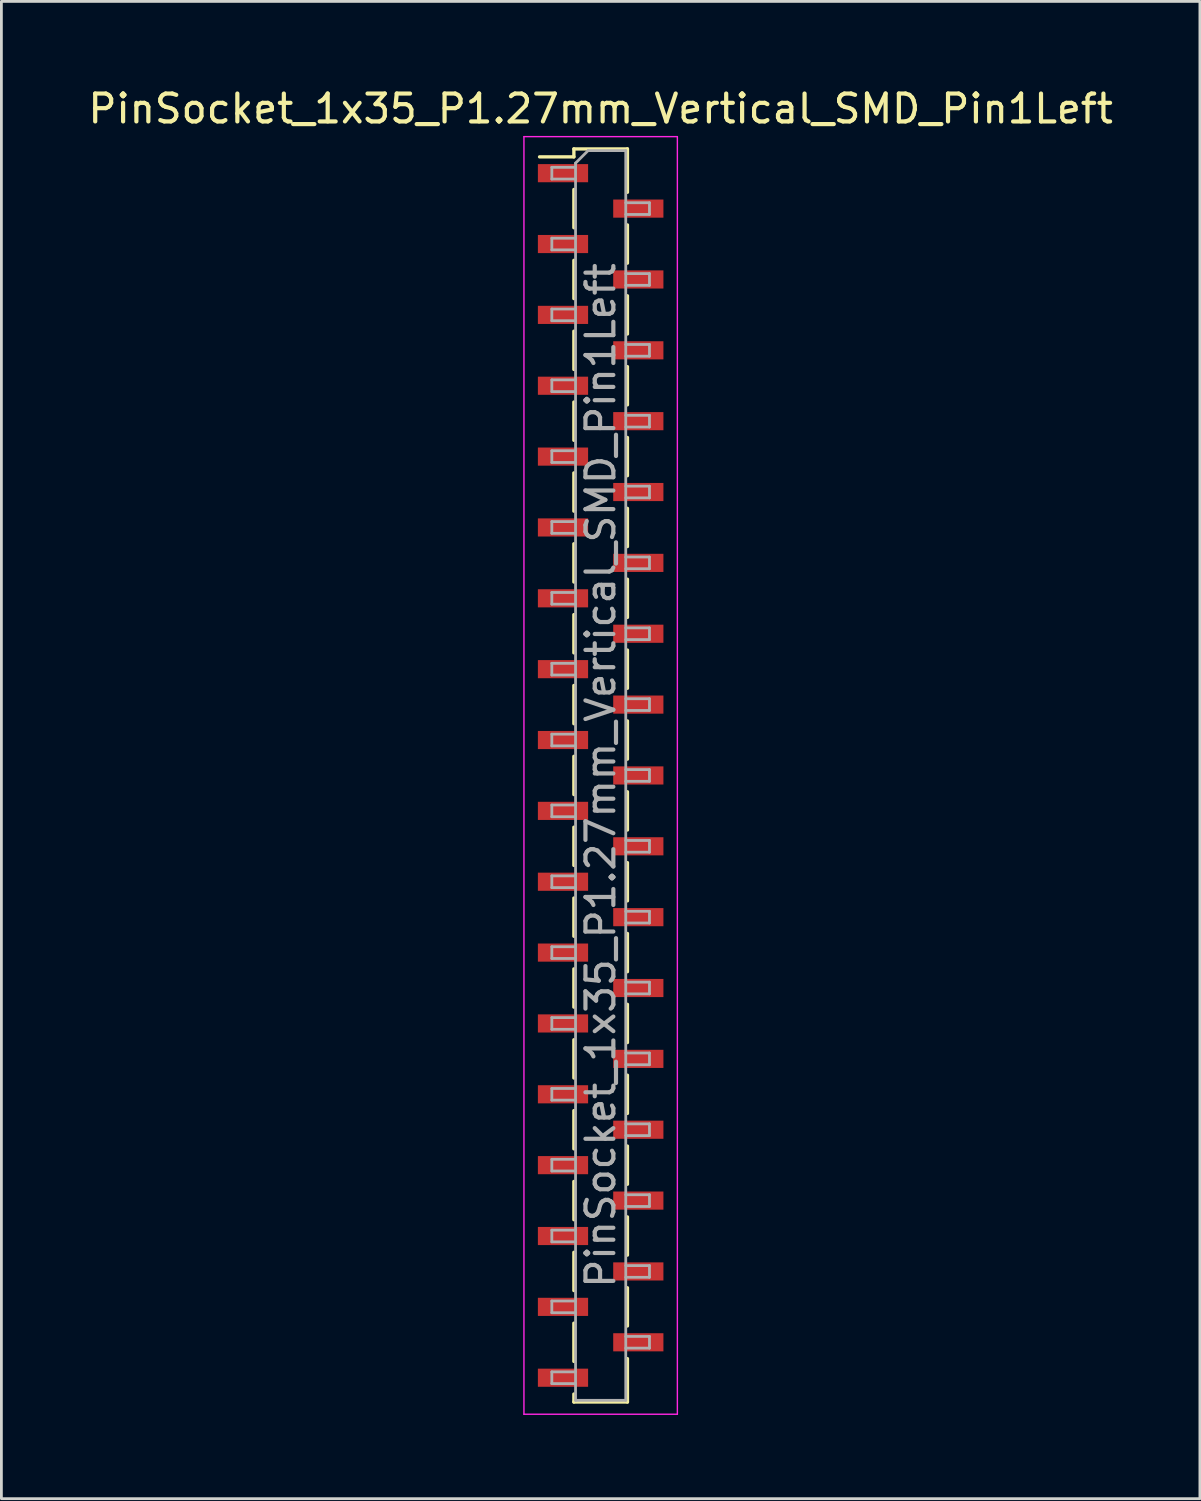
<source format=kicad_pcb>
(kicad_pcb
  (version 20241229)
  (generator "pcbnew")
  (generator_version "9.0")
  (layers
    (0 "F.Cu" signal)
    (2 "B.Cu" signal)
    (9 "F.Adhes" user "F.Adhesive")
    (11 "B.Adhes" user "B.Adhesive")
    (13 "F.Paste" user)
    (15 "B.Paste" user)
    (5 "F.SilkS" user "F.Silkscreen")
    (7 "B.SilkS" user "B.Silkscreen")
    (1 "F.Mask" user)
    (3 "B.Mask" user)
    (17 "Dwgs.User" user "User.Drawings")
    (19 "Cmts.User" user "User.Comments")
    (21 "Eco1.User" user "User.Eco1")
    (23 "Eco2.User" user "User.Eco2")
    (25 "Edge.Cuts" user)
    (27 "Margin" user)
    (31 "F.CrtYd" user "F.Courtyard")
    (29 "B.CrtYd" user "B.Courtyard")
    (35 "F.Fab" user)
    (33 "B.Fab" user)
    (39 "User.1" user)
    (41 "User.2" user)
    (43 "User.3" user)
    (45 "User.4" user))
  (footprint "PinSocket_1x35_P1.27mm_Vertical_SMD_Pin1Left"
    (layer "F.Cu")
    (at 18.482 24.748)
    (property "Reference" "PinSocket_1x35_P1.27mm_Vertical_SMD_Pin1Left" (at 0 -23.9 0) (layer "F.SilkS") (effects (font (size 1 1) (thickness 0.15))))
    (attr smd)
    (fp_line (start -2.19 -22.175) (end -0.96 -22.175) (stroke (width 0.12) (type solid)) (layer "F.SilkS"))
    (fp_line (start -0.96 -22.46) (end -0.96 -22.175) (stroke (width 0.12) (type solid)) (layer "F.SilkS"))
    (fp_line (start -0.96 -22.46) (end 0.96 -22.46) (stroke (width 0.12) (type solid)) (layer "F.SilkS"))
    (fp_line (start -0.96 -21.005) (end -0.96 -19.635) (stroke (width 0.12) (type solid)) (layer "F.SilkS"))
    (fp_line (start -0.96 -18.465) (end -0.96 -17.095) (stroke (width 0.12) (type solid)) (layer "F.SilkS"))
    (fp_line (start -0.96 -15.925) (end -0.96 -14.555) (stroke (width 0.12) (type solid)) (layer "F.SilkS"))
    (fp_line (start -0.96 -13.385) (end -0.96 -12.015) (stroke (width 0.12) (type solid)) (layer "F.SilkS"))
    (fp_line (start -0.96 -10.845) (end -0.96 -9.475) (stroke (width 0.12) (type solid)) (layer "F.SilkS"))
    (fp_line (start -0.96 -8.305) (end -0.96 -6.935) (stroke (width 0.12) (type solid)) (layer "F.SilkS"))
    (fp_line (start -0.96 -5.765) (end -0.96 -4.395) (stroke (width 0.12) (type solid)) (layer "F.SilkS"))
    (fp_line (start -0.96 -3.225) (end -0.96 -1.855) (stroke (width 0.12) (type solid)) (layer "F.SilkS"))
    (fp_line (start -0.96 -0.685) (end -0.96 0.685) (stroke (width 0.12) (type solid)) (layer "F.SilkS"))
    (fp_line (start -0.96 1.855) (end -0.96 3.225) (stroke (width 0.12) (type solid)) (layer "F.SilkS"))
    (fp_line (start -0.96 4.395) (end -0.96 5.765) (stroke (width 0.12) (type solid)) (layer "F.SilkS"))
    (fp_line (start -0.96 6.935) (end -0.96 8.305) (stroke (width 0.12) (type solid)) (layer "F.SilkS"))
    (fp_line (start -0.96 9.475) (end -0.96 10.845) (stroke (width 0.12) (type solid)) (layer "F.SilkS"))
    (fp_line (start -0.96 12.015) (end -0.96 13.385) (stroke (width 0.12) (type solid)) (layer "F.SilkS"))
    (fp_line (start -0.96 14.555) (end -0.96 15.925) (stroke (width 0.12) (type solid)) (layer "F.SilkS"))
    (fp_line (start -0.96 17.095) (end -0.96 18.465) (stroke (width 0.12) (type solid)) (layer "F.SilkS"))
    (fp_line (start -0.96 19.635) (end -0.96 21.005) (stroke (width 0.12) (type solid)) (layer "F.SilkS"))
    (fp_line (start -0.96 22.175) (end -0.96 22.46) (stroke (width 0.12) (type solid)) (layer "F.SilkS"))
    (fp_line (start -0.96 22.46) (end 0.96 22.46) (stroke (width 0.12) (type solid)) (layer "F.SilkS"))
    (fp_line (start 0.96 -22.46) (end 0.96 -20.905) (stroke (width 0.12) (type solid)) (layer "F.SilkS"))
    (fp_line (start 0.96 -19.735) (end 0.96 -18.365) (stroke (width 0.12) (type solid)) (layer "F.SilkS"))
    (fp_line (start 0.96 -17.195) (end 0.96 -15.825) (stroke (width 0.12) (type solid)) (layer "F.SilkS"))
    (fp_line (start 0.96 -14.655) (end 0.96 -13.285) (stroke (width 0.12) (type solid)) (layer "F.SilkS"))
    (fp_line (start 0.96 -12.115) (end 0.96 -10.745) (stroke (width 0.12) (type solid)) (layer "F.SilkS"))
    (fp_line (start 0.96 -9.575) (end 0.96 -8.205) (stroke (width 0.12) (type solid)) (layer "F.SilkS"))
    (fp_line (start 0.96 -7.035) (end 0.96 -5.665) (stroke (width 0.12) (type solid)) (layer "F.SilkS"))
    (fp_line (start 0.96 -4.495) (end 0.96 -3.125) (stroke (width 0.12) (type solid)) (layer "F.SilkS"))
    (fp_line (start 0.96 -1.955) (end 0.96 -0.585) (stroke (width 0.12) (type solid)) (layer "F.SilkS"))
    (fp_line (start 0.96 0.585) (end 0.96 1.955) (stroke (width 0.12) (type solid)) (layer "F.SilkS"))
    (fp_line (start 0.96 3.125) (end 0.96 4.495) (stroke (width 0.12) (type solid)) (layer "F.SilkS"))
    (fp_line (start 0.96 5.665) (end 0.96 7.035) (stroke (width 0.12) (type solid)) (layer "F.SilkS"))
    (fp_line (start 0.96 8.205) (end 0.96 9.575) (stroke (width 0.12) (type solid)) (layer "F.SilkS"))
    (fp_line (start 0.96 10.745) (end 0.96 12.115) (stroke (width 0.12) (type solid)) (layer "F.SilkS"))
    (fp_line (start 0.96 13.285) (end 0.96 14.655) (stroke (width 0.12) (type solid)) (layer "F.SilkS"))
    (fp_line (start 0.96 15.825) (end 0.96 17.195) (stroke (width 0.12) (type solid)) (layer "F.SilkS"))
    (fp_line (start 0.96 18.365) (end 0.96 19.735) (stroke (width 0.12) (type solid)) (layer "F.SilkS"))
    (fp_line (start 0.96 20.905) (end 0.96 22.46) (stroke (width 0.12) (type solid)) (layer "F.SilkS"))
    (fp_line (start -2.75 -22.9) (end 2.75 -22.9) (stroke (width 0.05) (type solid)) (layer "F.CrtYd"))
    (fp_line (start -2.75 22.9) (end -2.75 -22.9) (stroke (width 0.05) (type solid)) (layer "F.CrtYd"))
    (fp_line (start 2.75 -22.9) (end 2.75 22.9) (stroke (width 0.05) (type solid)) (layer "F.CrtYd"))
    (fp_line (start 2.75 22.9) (end -2.75 22.9) (stroke (width 0.05) (type solid)) (layer "F.CrtYd"))
    (fp_line (start -1.75 -21.8) (end -0.9 -21.8) (stroke (width 0.1) (type solid)) (layer "F.Fab"))
    (fp_line (start -1.75 -21.38) (end -1.75 -21.8) (stroke (width 0.1) (type solid)) (layer "F.Fab"))
    (fp_line (start -1.75 -19.26) (end -0.9 -19.26) (stroke (width 0.1) (type solid)) (layer "F.Fab"))
    (fp_line (start -1.75 -18.84) (end -1.75 -19.26) (stroke (width 0.1) (type solid)) (layer "F.Fab"))
    (fp_line (start -1.75 -16.72) (end -0.9 -16.72) (stroke (width 0.1) (type solid)) (layer "F.Fab"))
    (fp_line (start -1.75 -16.3) (end -1.75 -16.72) (stroke (width 0.1) (type solid)) (layer "F.Fab"))
    (fp_line (start -1.75 -14.18) (end -0.9 -14.18) (stroke (width 0.1) (type solid)) (layer "F.Fab"))
    (fp_line (start -1.75 -13.76) (end -1.75 -14.18) (stroke (width 0.1) (type solid)) (layer "F.Fab"))
    (fp_line (start -1.75 -11.64) (end -0.9 -11.64) (stroke (width 0.1) (type solid)) (layer "F.Fab"))
    (fp_line (start -1.75 -11.22) (end -1.75 -11.64) (stroke (width 0.1) (type solid)) (layer "F.Fab"))
    (fp_line (start -1.75 -9.1) (end -0.9 -9.1) (stroke (width 0.1) (type solid)) (layer "F.Fab"))
    (fp_line (start -1.75 -8.68) (end -1.75 -9.1) (stroke (width 0.1) (type solid)) (layer "F.Fab"))
    (fp_line (start -1.75 -6.56) (end -0.9 -6.56) (stroke (width 0.1) (type solid)) (layer "F.Fab"))
    (fp_line (start -1.75 -6.14) (end -1.75 -6.56) (stroke (width 0.1) (type solid)) (layer "F.Fab"))
    (fp_line (start -1.75 -4.02) (end -0.9 -4.02) (stroke (width 0.1) (type solid)) (layer "F.Fab"))
    (fp_line (start -1.75 -3.6) (end -1.75 -4.02) (stroke (width 0.1) (type solid)) (layer "F.Fab"))
    (fp_line (start -1.75 -1.48) (end -0.9 -1.48) (stroke (width 0.1) (type solid)) (layer "F.Fab"))
    (fp_line (start -1.75 -1.06) (end -1.75 -1.48) (stroke (width 0.1) (type solid)) (layer "F.Fab"))
    (fp_line (start -1.75 1.06) (end -0.9 1.06) (stroke (width 0.1) (type solid)) (layer "F.Fab"))
    (fp_line (start -1.75 1.48) (end -1.75 1.06) (stroke (width 0.1) (type solid)) (layer "F.Fab"))
    (fp_line (start -1.75 3.6) (end -0.9 3.6) (stroke (width 0.1) (type solid)) (layer "F.Fab"))
    (fp_line (start -1.75 4.02) (end -1.75 3.6) (stroke (width 0.1) (type solid)) (layer "F.Fab"))
    (fp_line (start -1.75 6.14) (end -0.9 6.14) (stroke (width 0.1) (type solid)) (layer "F.Fab"))
    (fp_line (start -1.75 6.56) (end -1.75 6.14) (stroke (width 0.1) (type solid)) (layer "F.Fab"))
    (fp_line (start -1.75 8.68) (end -0.9 8.68) (stroke (width 0.1) (type solid)) (layer "F.Fab"))
    (fp_line (start -1.75 9.1) (end -1.75 8.68) (stroke (width 0.1) (type solid)) (layer "F.Fab"))
    (fp_line (start -1.75 11.22) (end -0.9 11.22) (stroke (width 0.1) (type solid)) (layer "F.Fab"))
    (fp_line (start -1.75 11.64) (end -1.75 11.22) (stroke (width 0.1) (type solid)) (layer "F.Fab"))
    (fp_line (start -1.75 13.76) (end -0.9 13.76) (stroke (width 0.1) (type solid)) (layer "F.Fab"))
    (fp_line (start -1.75 14.18) (end -1.75 13.76) (stroke (width 0.1) (type solid)) (layer "F.Fab"))
    (fp_line (start -1.75 16.3) (end -0.9 16.3) (stroke (width 0.1) (type solid)) (layer "F.Fab"))
    (fp_line (start -1.75 16.72) (end -1.75 16.3) (stroke (width 0.1) (type solid)) (layer "F.Fab"))
    (fp_line (start -1.75 18.84) (end -0.9 18.84) (stroke (width 0.1) (type solid)) (layer "F.Fab"))
    (fp_line (start -1.75 19.26) (end -1.75 18.84) (stroke (width 0.1) (type solid)) (layer "F.Fab"))
    (fp_line (start -1.75 21.38) (end -0.9 21.38) (stroke (width 0.1) (type solid)) (layer "F.Fab"))
    (fp_line (start -1.75 21.8) (end -1.75 21.38) (stroke (width 0.1) (type solid)) (layer "F.Fab"))
    (fp_line (start -0.9 -21.95) (end -0.45 -22.4) (stroke (width 0.1) (type solid)) (layer "F.Fab"))
    (fp_line (start -0.9 -21.38) (end -1.75 -21.38) (stroke (width 0.1) (type solid)) (layer "F.Fab"))
    (fp_line (start -0.9 -18.84) (end -1.75 -18.84) (stroke (width 0.1) (type solid)) (layer "F.Fab"))
    (fp_line (start -0.9 -16.3) (end -1.75 -16.3) (stroke (width 0.1) (type solid)) (layer "F.Fab"))
    (fp_line (start -0.9 -13.76) (end -1.75 -13.76) (stroke (width 0.1) (type solid)) (layer "F.Fab"))
    (fp_line (start -0.9 -11.22) (end -1.75 -11.22) (stroke (width 0.1) (type solid)) (layer "F.Fab"))
    (fp_line (start -0.9 -8.68) (end -1.75 -8.68) (stroke (width 0.1) (type solid)) (layer "F.Fab"))
    (fp_line (start -0.9 -6.14) (end -1.75 -6.14) (stroke (width 0.1) (type solid)) (layer "F.Fab"))
    (fp_line (start -0.9 -3.6) (end -1.75 -3.6) (stroke (width 0.1) (type solid)) (layer "F.Fab"))
    (fp_line (start -0.9 -1.06) (end -1.75 -1.06) (stroke (width 0.1) (type solid)) (layer "F.Fab"))
    (fp_line (start -0.9 1.48) (end -1.75 1.48) (stroke (width 0.1) (type solid)) (layer "F.Fab"))
    (fp_line (start -0.9 4.02) (end -1.75 4.02) (stroke (width 0.1) (type solid)) (layer "F.Fab"))
    (fp_line (start -0.9 6.56) (end -1.75 6.56) (stroke (width 0.1) (type solid)) (layer "F.Fab"))
    (fp_line (start -0.9 9.1) (end -1.75 9.1) (stroke (width 0.1) (type solid)) (layer "F.Fab"))
    (fp_line (start -0.9 11.64) (end -1.75 11.64) (stroke (width 0.1) (type solid)) (layer "F.Fab"))
    (fp_line (start -0.9 14.18) (end -1.75 14.18) (stroke (width 0.1) (type solid)) (layer "F.Fab"))
    (fp_line (start -0.9 16.72) (end -1.75 16.72) (stroke (width 0.1) (type solid)) (layer "F.Fab"))
    (fp_line (start -0.9 19.26) (end -1.75 19.26) (stroke (width 0.1) (type solid)) (layer "F.Fab"))
    (fp_line (start -0.9 21.8) (end -1.75 21.8) (stroke (width 0.1) (type solid)) (layer "F.Fab"))
    (fp_line (start -0.9 22.4) (end -0.9 -21.95) (stroke (width 0.1) (type solid)) (layer "F.Fab"))
    (fp_line (start -0.45 -22.4) (end 0.9 -22.4) (stroke (width 0.1) (type solid)) (layer "F.Fab"))
    (fp_line (start 0.9 -22.4) (end 0.9 22.4) (stroke (width 0.1) (type solid)) (layer "F.Fab"))
    (fp_line (start 0.9 -20.53) (end 1.75 -20.53) (stroke (width 0.1) (type solid)) (layer "F.Fab"))
    (fp_line (start 0.9 -17.99) (end 1.75 -17.99) (stroke (width 0.1) (type solid)) (layer "F.Fab"))
    (fp_line (start 0.9 -15.45) (end 1.75 -15.45) (stroke (width 0.1) (type solid)) (layer "F.Fab"))
    (fp_line (start 0.9 -12.91) (end 1.75 -12.91) (stroke (width 0.1) (type solid)) (layer "F.Fab"))
    (fp_line (start 0.9 -10.37) (end 1.75 -10.37) (stroke (width 0.1) (type solid)) (layer "F.Fab"))
    (fp_line (start 0.9 -7.83) (end 1.75 -7.83) (stroke (width 0.1) (type solid)) (layer "F.Fab"))
    (fp_line (start 0.9 -5.29) (end 1.75 -5.29) (stroke (width 0.1) (type solid)) (layer "F.Fab"))
    (fp_line (start 0.9 -2.75) (end 1.75 -2.75) (stroke (width 0.1) (type solid)) (layer "F.Fab"))
    (fp_line (start 0.9 -0.21) (end 1.75 -0.21) (stroke (width 0.1) (type solid)) (layer "F.Fab"))
    (fp_line (start 0.9 2.33) (end 1.75 2.33) (stroke (width 0.1) (type solid)) (layer "F.Fab"))
    (fp_line (start 0.9 4.87) (end 1.75 4.87) (stroke (width 0.1) (type solid)) (layer "F.Fab"))
    (fp_line (start 0.9 7.41) (end 1.75 7.41) (stroke (width 0.1) (type solid)) (layer "F.Fab"))
    (fp_line (start 0.9 9.95) (end 1.75 9.95) (stroke (width 0.1) (type solid)) (layer "F.Fab"))
    (fp_line (start 0.9 12.49) (end 1.75 12.49) (stroke (width 0.1) (type solid)) (layer "F.Fab"))
    (fp_line (start 0.9 15.03) (end 1.75 15.03) (stroke (width 0.1) (type solid)) (layer "F.Fab"))
    (fp_line (start 0.9 17.57) (end 1.75 17.57) (stroke (width 0.1) (type solid)) (layer "F.Fab"))
    (fp_line (start 0.9 20.11) (end 1.75 20.11) (stroke (width 0.1) (type solid)) (layer "F.Fab"))
    (fp_line (start 0.9 22.4) (end -0.9 22.4) (stroke (width 0.1) (type solid)) (layer "F.Fab"))
    (fp_line (start 1.75 -20.53) (end 1.75 -20.11) (stroke (width 0.1) (type solid)) (layer "F.Fab"))
    (fp_line (start 1.75 -20.11) (end 0.9 -20.11) (stroke (width 0.1) (type solid)) (layer "F.Fab"))
    (fp_line (start 1.75 -17.99) (end 1.75 -17.57) (stroke (width 0.1) (type solid)) (layer "F.Fab"))
    (fp_line (start 1.75 -17.57) (end 0.9 -17.57) (stroke (width 0.1) (type solid)) (layer "F.Fab"))
    (fp_line (start 1.75 -15.45) (end 1.75 -15.03) (stroke (width 0.1) (type solid)) (layer "F.Fab"))
    (fp_line (start 1.75 -15.03) (end 0.9 -15.03) (stroke (width 0.1) (type solid)) (layer "F.Fab"))
    (fp_line (start 1.75 -12.91) (end 1.75 -12.49) (stroke (width 0.1) (type solid)) (layer "F.Fab"))
    (fp_line (start 1.75 -12.49) (end 0.9 -12.49) (stroke (width 0.1) (type solid)) (layer "F.Fab"))
    (fp_line (start 1.75 -10.37) (end 1.75 -9.95) (stroke (width 0.1) (type solid)) (layer "F.Fab"))
    (fp_line (start 1.75 -9.95) (end 0.9 -9.95) (stroke (width 0.1) (type solid)) (layer "F.Fab"))
    (fp_line (start 1.75 -7.83) (end 1.75 -7.41) (stroke (width 0.1) (type solid)) (layer "F.Fab"))
    (fp_line (start 1.75 -7.41) (end 0.9 -7.41) (stroke (width 0.1) (type solid)) (layer "F.Fab"))
    (fp_line (start 1.75 -5.29) (end 1.75 -4.87) (stroke (width 0.1) (type solid)) (layer "F.Fab"))
    (fp_line (start 1.75 -4.87) (end 0.9 -4.87) (stroke (width 0.1) (type solid)) (layer "F.Fab"))
    (fp_line (start 1.75 -2.75) (end 1.75 -2.33) (stroke (width 0.1) (type solid)) (layer "F.Fab"))
    (fp_line (start 1.75 -2.33) (end 0.9 -2.33) (stroke (width 0.1) (type solid)) (layer "F.Fab"))
    (fp_line (start 1.75 -0.21) (end 1.75 0.21) (stroke (width 0.1) (type solid)) (layer "F.Fab"))
    (fp_line (start 1.75 0.21) (end 0.9 0.21) (stroke (width 0.1) (type solid)) (layer "F.Fab"))
    (fp_line (start 1.75 2.33) (end 1.75 2.75) (stroke (width 0.1) (type solid)) (layer "F.Fab"))
    (fp_line (start 1.75 2.75) (end 0.9 2.75) (stroke (width 0.1) (type solid)) (layer "F.Fab"))
    (fp_line (start 1.75 4.87) (end 1.75 5.29) (stroke (width 0.1) (type solid)) (layer "F.Fab"))
    (fp_line (start 1.75 5.29) (end 0.9 5.29) (stroke (width 0.1) (type solid)) (layer "F.Fab"))
    (fp_line (start 1.75 7.41) (end 1.75 7.83) (stroke (width 0.1) (type solid)) (layer "F.Fab"))
    (fp_line (start 1.75 7.83) (end 0.9 7.83) (stroke (width 0.1) (type solid)) (layer "F.Fab"))
    (fp_line (start 1.75 9.95) (end 1.75 10.37) (stroke (width 0.1) (type solid)) (layer "F.Fab"))
    (fp_line (start 1.75 10.37) (end 0.9 10.37) (stroke (width 0.1) (type solid)) (layer "F.Fab"))
    (fp_line (start 1.75 12.49) (end 1.75 12.91) (stroke (width 0.1) (type solid)) (layer "F.Fab"))
    (fp_line (start 1.75 12.91) (end 0.9 12.91) (stroke (width 0.1) (type solid)) (layer "F.Fab"))
    (fp_line (start 1.75 15.03) (end 1.75 15.45) (stroke (width 0.1) (type solid)) (layer "F.Fab"))
    (fp_line (start 1.75 15.45) (end 0.9 15.45) (stroke (width 0.1) (type solid)) (layer "F.Fab"))
    (fp_line (start 1.75 17.57) (end 1.75 17.99) (stroke (width 0.1) (type solid)) (layer "F.Fab"))
    (fp_line (start 1.75 17.99) (end 0.9 17.99) (stroke (width 0.1) (type solid)) (layer "F.Fab"))
    (fp_line (start 1.75 20.11) (end 1.75 20.53) (stroke (width 0.1) (type solid)) (layer "F.Fab"))
    (fp_line (start 1.75 20.53) (end 0.9 20.53) (stroke (width 0.1) (type solid)) (layer "F.Fab"))
    (fp_text user "${REFERENCE}" (at 0 0 90) (layer "F.Fab") (effects (font (size 1 1) (thickness 0.15))))
    (pad "1" smd rect (at -1.35 -21.59) (size 1.8 0.65) (layers "F.Cu" "F.Mask" "F.Paste"))
    (pad "2" smd rect (at 1.35 -20.32) (size 1.8 0.65) (layers "F.Cu" "F.Mask" "F.Paste"))
    (pad "3" smd rect (at -1.35 -19.05) (size 1.8 0.65) (layers "F.Cu" "F.Mask" "F.Paste"))
    (pad "4" smd rect (at 1.35 -17.78) (size 1.8 0.65) (layers "F.Cu" "F.Mask" "F.Paste"))
    (pad "5" smd rect (at -1.35 -16.51) (size 1.8 0.65) (layers "F.Cu" "F.Mask" "F.Paste"))
    (pad "6" smd rect (at 1.35 -15.24) (size 1.8 0.65) (layers "F.Cu" "F.Mask" "F.Paste"))
    (pad "7" smd rect (at -1.35 -13.97) (size 1.8 0.65) (layers "F.Cu" "F.Mask" "F.Paste"))
    (pad "8" smd rect (at 1.35 -12.7) (size 1.8 0.65) (layers "F.Cu" "F.Mask" "F.Paste"))
    (pad "9" smd rect (at -1.35 -11.43) (size 1.8 0.65) (layers "F.Cu" "F.Mask" "F.Paste"))
    (pad "10" smd rect (at 1.35 -10.16) (size 1.8 0.65) (layers "F.Cu" "F.Mask" "F.Paste"))
    (pad "11" smd rect (at -1.35 -8.89) (size 1.8 0.65) (layers "F.Cu" "F.Mask" "F.Paste"))
    (pad "12" smd rect (at 1.35 -7.62) (size 1.8 0.65) (layers "F.Cu" "F.Mask" "F.Paste"))
    (pad "13" smd rect (at -1.35 -6.35) (size 1.8 0.65) (layers "F.Cu" "F.Mask" "F.Paste"))
    (pad "14" smd rect (at 1.35 -5.08) (size 1.8 0.65) (layers "F.Cu" "F.Mask" "F.Paste"))
    (pad "15" smd rect (at -1.35 -3.81) (size 1.8 0.65) (layers "F.Cu" "F.Mask" "F.Paste"))
    (pad "16" smd rect (at 1.35 -2.54) (size 1.8 0.65) (layers "F.Cu" "F.Mask" "F.Paste"))
    (pad "17" smd rect (at -1.35 -1.27) (size 1.8 0.65) (layers "F.Cu" "F.Mask" "F.Paste"))
    (pad "18" smd rect (at 1.35 0) (size 1.8 0.65) (layers "F.Cu" "F.Mask" "F.Paste"))
    (pad "19" smd rect (at -1.35 1.27) (size 1.8 0.65) (layers "F.Cu" "F.Mask" "F.Paste"))
    (pad "20" smd rect (at 1.35 2.54) (size 1.8 0.65) (layers "F.Cu" "F.Mask" "F.Paste"))
    (pad "21" smd rect (at -1.35 3.81) (size 1.8 0.65) (layers "F.Cu" "F.Mask" "F.Paste"))
    (pad "22" smd rect (at 1.35 5.08) (size 1.8 0.65) (layers "F.Cu" "F.Mask" "F.Paste"))
    (pad "23" smd rect (at -1.35 6.35) (size 1.8 0.65) (layers "F.Cu" "F.Mask" "F.Paste"))
    (pad "24" smd rect (at 1.35 7.62) (size 1.8 0.65) (layers "F.Cu" "F.Mask" "F.Paste"))
    (pad "25" smd rect (at -1.35 8.89) (size 1.8 0.65) (layers "F.Cu" "F.Mask" "F.Paste"))
    (pad "26" smd rect (at 1.35 10.16) (size 1.8 0.65) (layers "F.Cu" "F.Mask" "F.Paste"))
    (pad "27" smd rect (at -1.35 11.43) (size 1.8 0.65) (layers "F.Cu" "F.Mask" "F.Paste"))
    (pad "28" smd rect (at 1.35 12.7) (size 1.8 0.65) (layers "F.Cu" "F.Mask" "F.Paste"))
    (pad "29" smd rect (at -1.35 13.97) (size 1.8 0.65) (layers "F.Cu" "F.Mask" "F.Paste"))
    (pad "30" smd rect (at 1.35 15.24) (size 1.8 0.65) (layers "F.Cu" "F.Mask" "F.Paste"))
    (pad "31" smd rect (at -1.35 16.51) (size 1.8 0.65) (layers "F.Cu" "F.Mask" "F.Paste"))
    (pad "32" smd rect (at 1.35 17.78) (size 1.8 0.65) (layers "F.Cu" "F.Mask" "F.Paste"))
    (pad "33" smd rect (at -1.35 19.05) (size 1.8 0.65) (layers "F.Cu" "F.Mask" "F.Paste"))
    (pad "34" smd rect (at 1.35 20.32) (size 1.8 0.65) (layers "F.Cu" "F.Mask" "F.Paste"))
    (pad "35" smd rect (at -1.35 21.59) (size 1.8 0.65) (layers "F.Cu" "F.Mask" "F.Paste")))
  (gr_rect
    (start -3 -3)
    (end 39.964 50.673)
    (stroke (width 0.1) (type default))
    (fill no)
    (layer "Edge.Cuts")))
</source>
